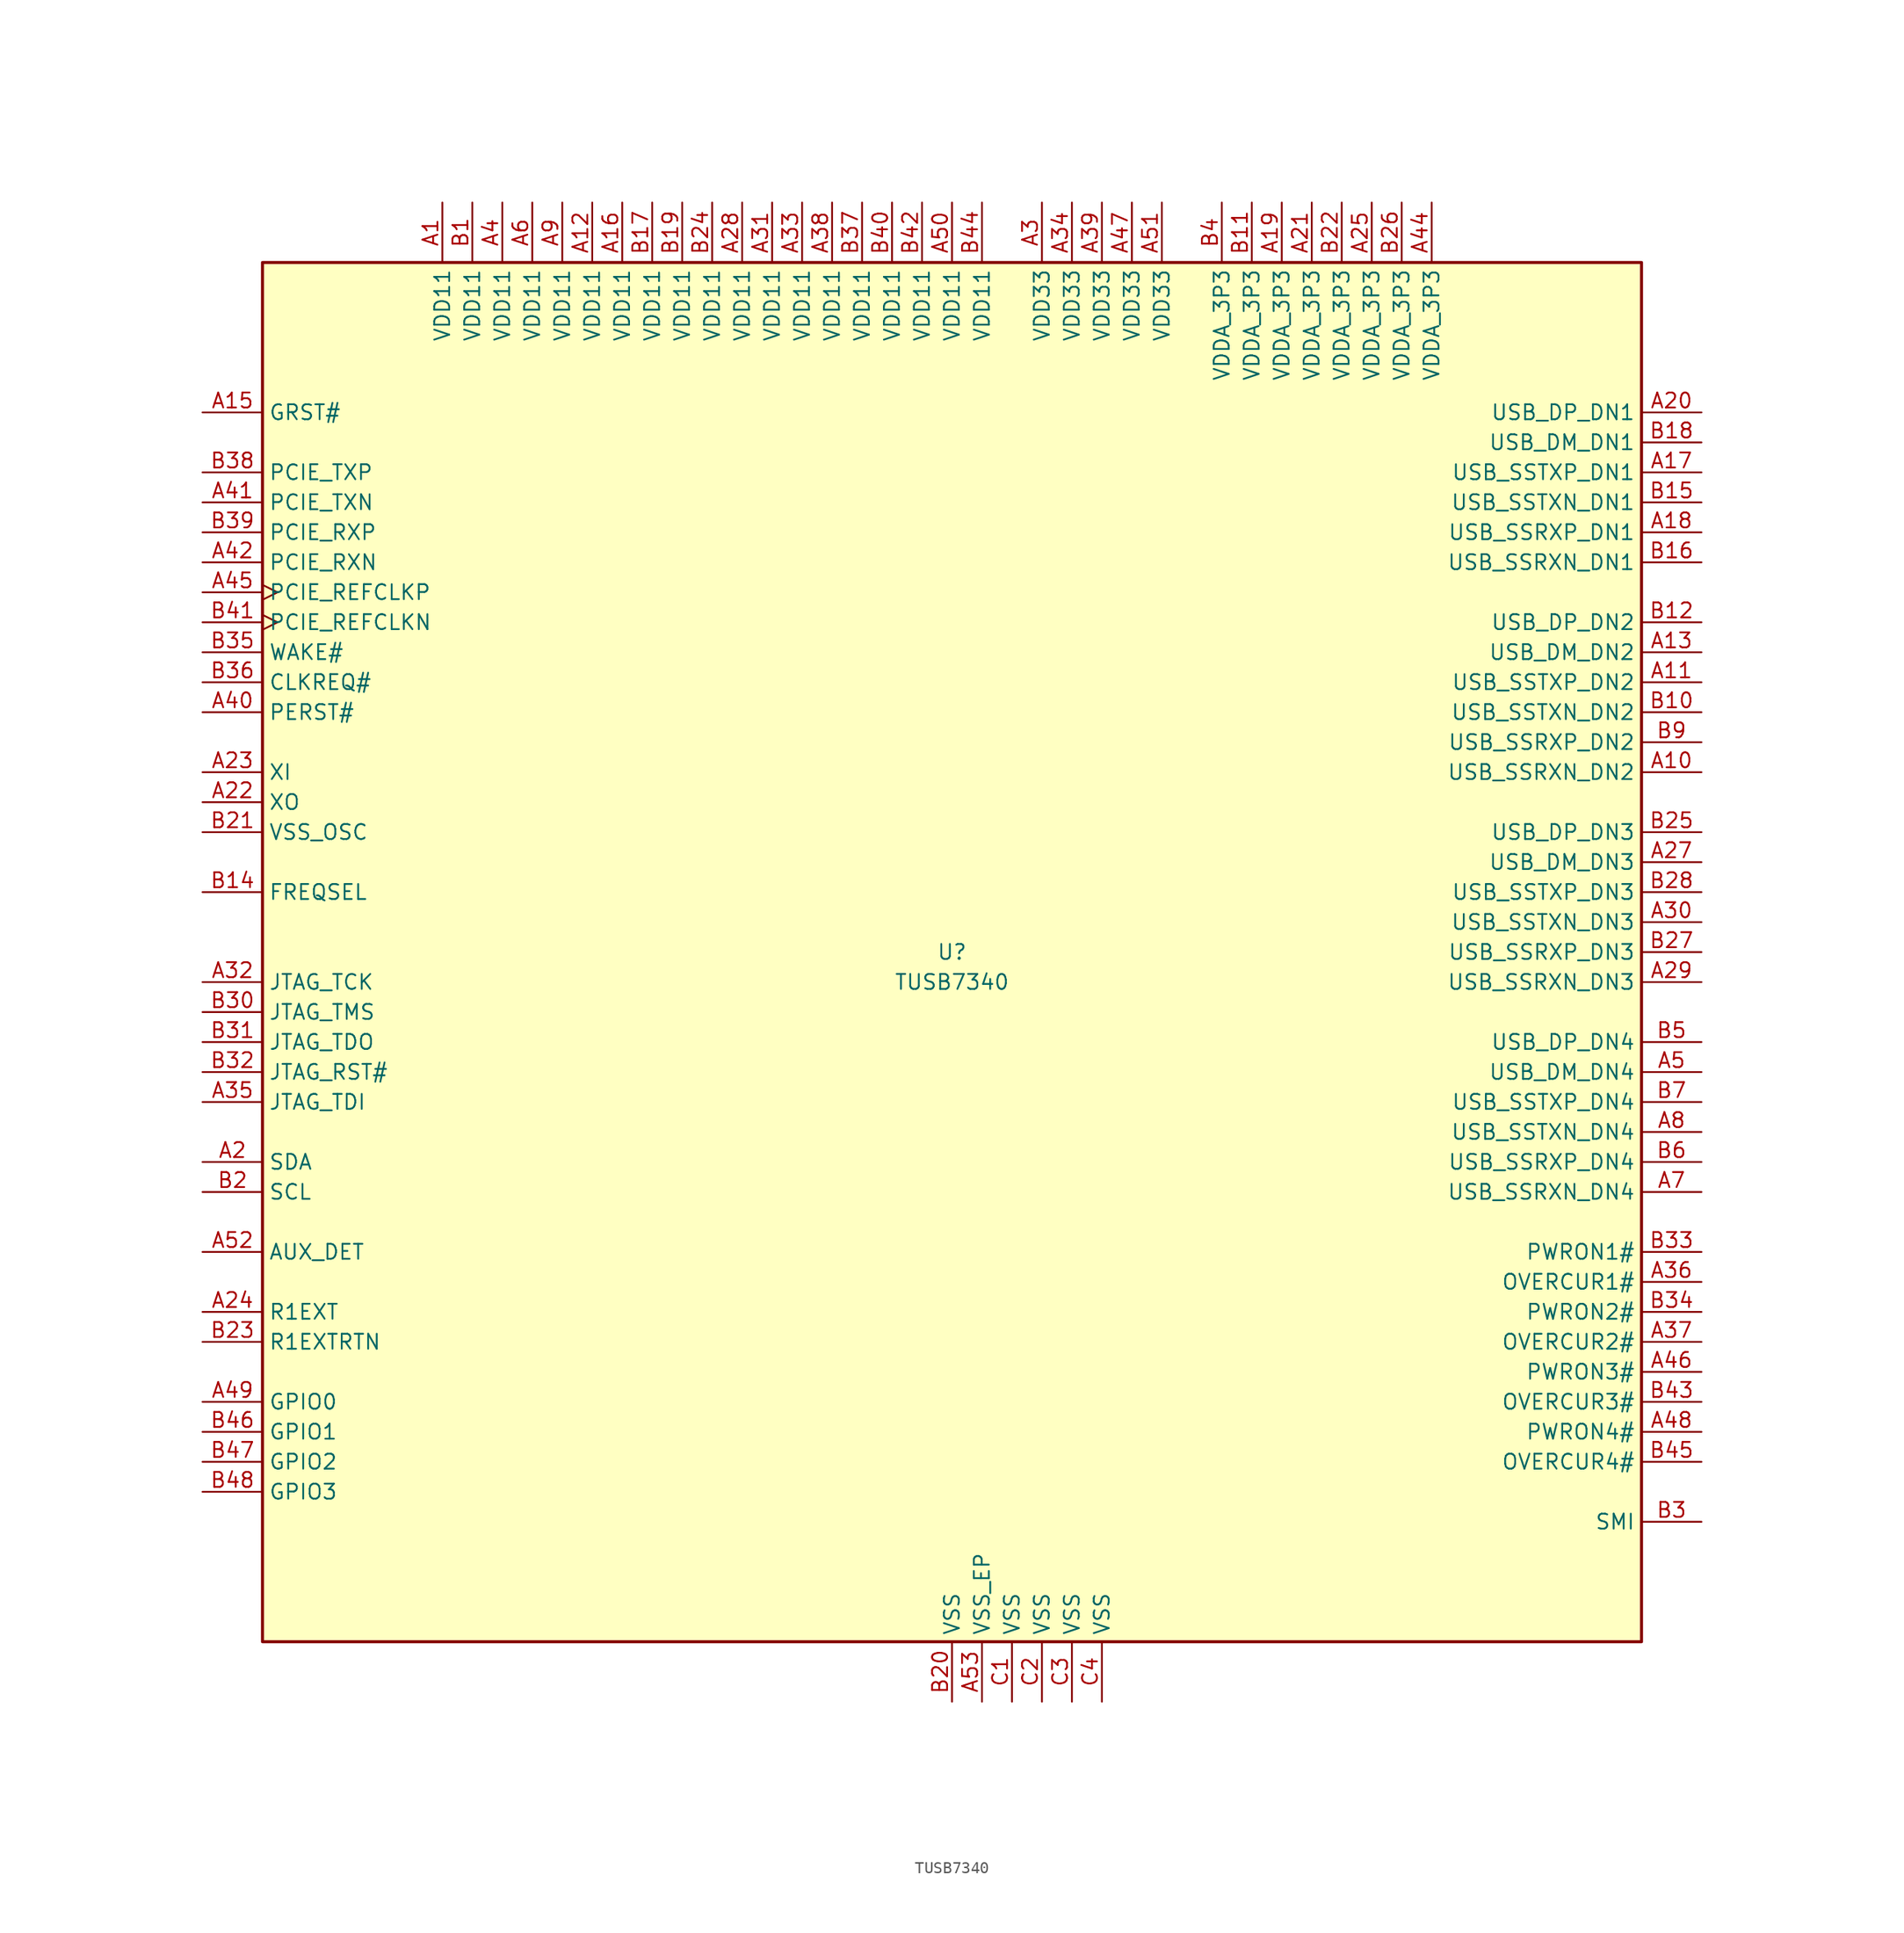
<source format=kicad_sym>
(kicad_symbol_lib
  (version 20241209)
  (generator "kicad_symbol_editor")
  (generator_version "9.0")
  (symbol "TUSB7340"
    (property "Reference" "U"
      (at 0 0 0)
      (effects (font (size 1.27 1.27))))
    (property "Value" "TUSB7340"
      (at 0 -2.54 0)
      (effects (font (size 1.27 1.27))))
    (symbol "TUSB7340_0_1"
      (rectangle (start 58.42 58.42) (end -58.42 -58.42) (stroke (width 0.254) (type default)) (fill (type background))))
    (symbol "TUSB7340_1_1"
      (pin input line (at -63.5 45.72 0) (length 5.08) (name "GRST#" (effects (font (size 1.27 1.27)))) (number "A15" (effects (font (size 1.27 1.27)))))
      (pin output line (at -63.5 40.64 0) (length 5.08) (name "PCIE_TXP" (effects (font (size 1.27 1.27)))) (number "B38" (effects (font (size 1.27 1.27)))))
      (pin output line (at -63.5 38.1 0) (length 5.08) (name "PCIE_TXN" (effects (font (size 1.27 1.27)))) (number "A41" (effects (font (size 1.27 1.27)))))
      (pin input line (at -63.5 35.56 0) (length 5.08) (name "PCIE_RXP" (effects (font (size 1.27 1.27)))) (number "B39" (effects (font (size 1.27 1.27)))))
      (pin input line (at -63.5 33.02 0) (length 5.08) (name "PCIE_RXN" (effects (font (size 1.27 1.27)))) (number "A42" (effects (font (size 1.27 1.27)))))
      (pin input clock (at -63.5 30.48 0) (length 5.08) (name "PCIE_REFCLKP" (effects (font (size 1.27 1.27)))) (number "A45" (effects (font (size 1.27 1.27)))))
      (pin input clock (at -63.5 27.94 0) (length 5.08) (name "PCIE_REFCLKN" (effects (font (size 1.27 1.27)))) (number "B41" (effects (font (size 1.27 1.27)))))
      (pin output line (at -63.5 25.4 0) (length 5.08) (name "WAKE#" (effects (font (size 1.27 1.27)))) (number "B35" (effects (font (size 1.27 1.27)))))
      (pin input line (at -63.5 22.86 0) (length 5.08) (name "CLKREQ#" (effects (font (size 1.27 1.27)))) (number "B36" (effects (font (size 1.27 1.27)))))
      (pin input line (at -63.5 20.32 0) (length 5.08) (name "PERST#" (effects (font (size 1.27 1.27)))) (number "A40" (effects (font (size 1.27 1.27)))))
      (pin input line (at -63.5 15.24 0) (length 5.08) (name "XI" (effects (font (size 1.27 1.27)))) (number "A23" (effects (font (size 1.27 1.27)))))
      (pin output line (at -63.5 12.7 0) (length 5.08) (name "XO" (effects (font (size 1.27 1.27)))) (number "A22" (effects (font (size 1.27 1.27)))))
      (pin input line (at -63.5 10.16 0) (length 5.08) (name "VSS_OSC" (effects (font (size 1.27 1.27)))) (number "B21" (effects (font (size 1.27 1.27)))))
      (pin input line (at -63.5 5.08 0) (length 5.08) (name "FREQSEL" (effects (font (size 1.27 1.27)))) (number "B14" (effects (font (size 1.27 1.27)))))
      (pin input line (at -63.5 -2.54 0) (length 5.08) (name "JTAG_TCK" (effects (font (size 1.27 1.27)))) (number "A32" (effects (font (size 1.27 1.27)))))
      (pin input line (at -63.5 -5.08 0) (length 5.08) (name "JTAG_TMS" (effects (font (size 1.27 1.27)))) (number "B30" (effects (font (size 1.27 1.27)))))
      (pin output line (at -63.5 -7.62 0) (length 5.08) (name "JTAG_TDO" (effects (font (size 1.27 1.27)))) (number "B31" (effects (font (size 1.27 1.27)))))
      (pin input line (at -63.5 -10.16 0) (length 5.08) (name "JTAG_RST#" (effects (font (size 1.27 1.27)))) (number "B32" (effects (font (size 1.27 1.27)))))
      (pin input line (at -63.5 -12.7 0) (length 5.08) (name "JTAG_TDI" (effects (font (size 1.27 1.27)))) (number "A35" (effects (font (size 1.27 1.27)))))
      (pin bidirectional line (at -63.5 -17.78 0) (length 5.08) (name "SDA" (effects (font (size 1.27 1.27)))) (number "A2" (effects (font (size 1.27 1.27)))))
      (pin bidirectional line (at -63.5 -20.32 0) (length 5.08) (name "SCL" (effects (font (size 1.27 1.27)))) (number "B2" (effects (font (size 1.27 1.27)))))
      (pin input line (at -63.5 -25.4 0) (length 5.08) (name "AUX_DET" (effects (font (size 1.27 1.27)))) (number "A52" (effects (font (size 1.27 1.27)))))
      (pin bidirectional line (at -63.5 -30.48 0) (length 5.08) (name "R1EXT" (effects (font (size 1.27 1.27)))) (number "A24" (effects (font (size 1.27 1.27)))))
      (pin bidirectional line (at -63.5 -33.02 0) (length 5.08) (name "R1EXTRTN" (effects (font (size 1.27 1.27)))) (number "B23" (effects (font (size 1.27 1.27)))))
      (pin bidirectional line (at -63.5 -38.1 0) (length 5.08) (name "GPIO0" (effects (font (size 1.27 1.27)))) (number "A49" (effects (font (size 1.27 1.27)))))
      (pin bidirectional line (at -63.5 -40.64 0) (length 5.08) (name "GPIO1" (effects (font (size 1.27 1.27)))) (number "B46" (effects (font (size 1.27 1.27)))))
      (pin bidirectional line (at -63.5 -43.18 0) (length 5.08) (name "GPIO2" (effects (font (size 1.27 1.27)))) (number "B47" (effects (font (size 1.27 1.27)))))
      (pin bidirectional line (at -63.5 -45.72 0) (length 5.08) (name "GPIO3" (effects (font (size 1.27 1.27)))) (number "B48" (effects (font (size 1.27 1.27)))))
      (pin power_in line (at -43.18 63.5 270) (length 5.08) (name "VDD11" (effects (font (size 1.27 1.27)))) (number "A1" (effects (font (size 1.27 1.27)))))
      (pin power_in line (at -40.64 63.5 270) (length 5.08) (name "VDD11" (effects (font (size 1.27 1.27)))) (number "B1" (effects (font (size 1.27 1.27)))))
      (pin power_in line (at -38.1 63.5 270) (length 5.08) (name "VDD11" (effects (font (size 1.27 1.27)))) (number "A4" (effects (font (size 1.27 1.27)))))
      (pin power_in line (at -35.56 63.5 270) (length 5.08) (name "VDD11" (effects (font (size 1.27 1.27)))) (number "A6" (effects (font (size 1.27 1.27)))))
      (pin power_in line (at -33.02 63.5 270) (length 5.08) (name "VDD11" (effects (font (size 1.27 1.27)))) (number "A9" (effects (font (size 1.27 1.27)))))
      (pin power_in line (at -30.48 63.5 270) (length 5.08) (name "VDD11" (effects (font (size 1.27 1.27)))) (number "A12" (effects (font (size 1.27 1.27)))))
      (pin power_in line (at -27.94 63.5 270) (length 5.08) (name "VDD11" (effects (font (size 1.27 1.27)))) (number "A16" (effects (font (size 1.27 1.27)))))
      (pin power_in line (at -25.4 63.5 270) (length 5.08) (name "VDD11" (effects (font (size 1.27 1.27)))) (number "B17" (effects (font (size 1.27 1.27)))))
      (pin power_in line (at -22.86 63.5 270) (length 5.08) (name "VDD11" (effects (font (size 1.27 1.27)))) (number "B19" (effects (font (size 1.27 1.27)))))
      (pin no_connect line (at -22.86 -58.42 90) (length 5.08) (hide yes) (name "NC" (effects (font (size 1.27 1.27)))) (number "B8" (effects (font (size 1.27 1.27)))))
      (pin power_in line (at -20.32 63.5 270) (length 5.08) (name "VDD11" (effects (font (size 1.27 1.27)))) (number "B24" (effects (font (size 1.27 1.27)))))
      (pin no_connect line (at -20.32 -58.42 90) (length 5.08) (hide yes) (name "NC" (effects (font (size 1.27 1.27)))) (number "B13" (effects (font (size 1.27 1.27)))))
      (pin power_in line (at -17.78 63.5 270) (length 5.08) (name "VDD11" (effects (font (size 1.27 1.27)))) (number "A28" (effects (font (size 1.27 1.27)))))
      (pin no_connect line (at -17.78 -58.42 90) (length 5.08) (hide yes) (name "NC" (effects (font (size 1.27 1.27)))) (number "A14" (effects (font (size 1.27 1.27)))))
      (pin power_in line (at -15.24 63.5 270) (length 5.08) (name "VDD11" (effects (font (size 1.27 1.27)))) (number "A31" (effects (font (size 1.27 1.27)))))
      (pin no_connect line (at -15.24 -58.42 90) (length 5.08) (hide yes) (name "NC" (effects (font (size 1.27 1.27)))) (number "A26" (effects (font (size 1.27 1.27)))))
      (pin power_in line (at -12.7 63.5 270) (length 5.08) (name "VDD11" (effects (font (size 1.27 1.27)))) (number "A33" (effects (font (size 1.27 1.27)))))
      (pin no_connect line (at -12.7 -58.42 90) (length 5.08) (hide yes) (name "NC" (effects (font (size 1.27 1.27)))) (number "B29" (effects (font (size 1.27 1.27)))))
      (pin power_in line (at -10.16 63.5 270) (length 5.08) (name "VDD11" (effects (font (size 1.27 1.27)))) (number "A38" (effects (font (size 1.27 1.27)))))
      (pin no_connect line (at -10.16 -58.42 90) (length 5.08) (hide yes) (name "NC" (effects (font (size 1.27 1.27)))) (number "A43" (effects (font (size 1.27 1.27)))))
      (pin power_in line (at -7.62 63.5 270) (length 5.08) (name "VDD11" (effects (font (size 1.27 1.27)))) (number "B37" (effects (font (size 1.27 1.27)))))
      (pin power_in line (at -5.08 63.5 270) (length 5.08) (name "VDD11" (effects (font (size 1.27 1.27)))) (number "B40" (effects (font (size 1.27 1.27)))))
      (pin power_in line (at -2.54 63.5 270) (length 5.08) (name "VDD11" (effects (font (size 1.27 1.27)))) (number "B42" (effects (font (size 1.27 1.27)))))
      (pin power_in line (at 0 63.5 270) (length 5.08) (name "VDD11" (effects (font (size 1.27 1.27)))) (number "A50" (effects (font (size 1.27 1.27)))))
      (pin power_in line (at 0 -63.5 90) (length 5.08) (name "VSS" (effects (font (size 1.27 1.27)))) (number "B20" (effects (font (size 1.27 1.27)))))
      (pin power_in line (at 2.54 63.5 270) (length 5.08) (name "VDD11" (effects (font (size 1.27 1.27)))) (number "B44" (effects (font (size 1.27 1.27)))))
      (pin power_in line (at 2.54 -63.5 90) (length 5.08) (name "VSS_EP" (effects (font (size 1.27 1.27)))) (number "A53" (effects (font (size 1.27 1.27)))))
      (pin power_in line (at 5.08 -63.5 90) (length 5.08) (name "VSS" (effects (font (size 1.27 1.27)))) (number "C1" (effects (font (size 1.27 1.27)))))
      (pin power_in line (at 7.62 63.5 270) (length 5.08) (name "VDD33" (effects (font (size 1.27 1.27)))) (number "A3" (effects (font (size 1.27 1.27)))))
      (pin power_in line (at 7.62 -63.5 90) (length 5.08) (name "VSS" (effects (font (size 1.27 1.27)))) (number "C2" (effects (font (size 1.27 1.27)))))
      (pin power_in line (at 10.16 63.5 270) (length 5.08) (name "VDD33" (effects (font (size 1.27 1.27)))) (number "A34" (effects (font (size 1.27 1.27)))))
      (pin power_in line (at 10.16 -63.5 90) (length 5.08) (name "VSS" (effects (font (size 1.27 1.27)))) (number "C3" (effects (font (size 1.27 1.27)))))
      (pin power_in line (at 12.7 63.5 270) (length 5.08) (name "VDD33" (effects (font (size 1.27 1.27)))) (number "A39" (effects (font (size 1.27 1.27)))))
      (pin power_in line (at 12.7 -63.5 90) (length 5.08) (name "VSS" (effects (font (size 1.27 1.27)))) (number "C4" (effects (font (size 1.27 1.27)))))
      (pin power_in line (at 15.24 63.5 270) (length 5.08) (name "VDD33" (effects (font (size 1.27 1.27)))) (number "A47" (effects (font (size 1.27 1.27)))))
      (pin power_in line (at 17.78 63.5 270) (length 5.08) (name "VDD33" (effects (font (size 1.27 1.27)))) (number "A51" (effects (font (size 1.27 1.27)))))
      (pin power_in line (at 22.86 63.5 270) (length 5.08) (name "VDDA_3P3" (effects (font (size 1.27 1.27)))) (number "B4" (effects (font (size 1.27 1.27)))))
      (pin power_in line (at 25.4 63.5 270) (length 5.08) (name "VDDA_3P3" (effects (font (size 1.27 1.27)))) (number "B11" (effects (font (size 1.27 1.27)))))
      (pin power_in line (at 27.94 63.5 270) (length 5.08) (name "VDDA_3P3" (effects (font (size 1.27 1.27)))) (number "A19" (effects (font (size 1.27 1.27)))))
      (pin power_in line (at 30.48 63.5 270) (length 5.08) (name "VDDA_3P3" (effects (font (size 1.27 1.27)))) (number "A21" (effects (font (size 1.27 1.27)))))
      (pin power_in line (at 33.02 63.5 270) (length 5.08) (name "VDDA_3P3" (effects (font (size 1.27 1.27)))) (number "B22" (effects (font (size 1.27 1.27)))))
      (pin power_in line (at 35.56 63.5 270) (length 5.08) (name "VDDA_3P3" (effects (font (size 1.27 1.27)))) (number "A25" (effects (font (size 1.27 1.27)))))
      (pin power_in line (at 38.1 63.5 270) (length 5.08) (name "VDDA_3P3" (effects (font (size 1.27 1.27)))) (number "B26" (effects (font (size 1.27 1.27)))))
      (pin power_in line (at 40.64 63.5 270) (length 5.08) (name "VDDA_3P3" (effects (font (size 1.27 1.27)))) (number "A44" (effects (font (size 1.27 1.27)))))
      (pin bidirectional line (at 63.5 45.72 180) (length 5.08) (name "USB_DP_DN1" (effects (font (size 1.27 1.27)))) (number "A20" (effects (font (size 1.27 1.27)))))
      (pin bidirectional line (at 63.5 43.18 180) (length 5.08) (name "USB_DM_DN1" (effects (font (size 1.27 1.27)))) (number "B18" (effects (font (size 1.27 1.27)))))
      (pin output line (at 63.5 40.64 180) (length 5.08) (name "USB_SSTXP_DN1" (effects (font (size 1.27 1.27)))) (number "A17" (effects (font (size 1.27 1.27)))))
      (pin output line (at 63.5 38.1 180) (length 5.08) (name "USB_SSTXN_DN1" (effects (font (size 1.27 1.27)))) (number "B15" (effects (font (size 1.27 1.27)))))
      (pin input line (at 63.5 35.56 180) (length 5.08) (name "USB_SSRXP_DN1" (effects (font (size 1.27 1.27)))) (number "A18" (effects (font (size 1.27 1.27)))))
      (pin input line (at 63.5 33.02 180) (length 5.08) (name "USB_SSRXN_DN1" (effects (font (size 1.27 1.27)))) (number "B16" (effects (font (size 1.27 1.27)))))
      (pin bidirectional line (at 63.5 27.94 180) (length 5.08) (name "USB_DP_DN2" (effects (font (size 1.27 1.27)))) (number "B12" (effects (font (size 1.27 1.27)))))
      (pin bidirectional line (at 63.5 25.4 180) (length 5.08) (name "USB_DM_DN2" (effects (font (size 1.27 1.27)))) (number "A13" (effects (font (size 1.27 1.27)))))
      (pin output line (at 63.5 22.86 180) (length 5.08) (name "USB_SSTXP_DN2" (effects (font (size 1.27 1.27)))) (number "A11" (effects (font (size 1.27 1.27)))))
      (pin output line (at 63.5 20.32 180) (length 5.08) (name "USB_SSTXN_DN2" (effects (font (size 1.27 1.27)))) (number "B10" (effects (font (size 1.27 1.27)))))
      (pin input line (at 63.5 17.78 180) (length 5.08) (name "USB_SSRXP_DN2" (effects (font (size 1.27 1.27)))) (number "B9" (effects (font (size 1.27 1.27)))))
      (pin input line (at 63.5 15.24 180) (length 5.08) (name "USB_SSRXN_DN2" (effects (font (size 1.27 1.27)))) (number "A10" (effects (font (size 1.27 1.27)))))
      (pin bidirectional line (at 63.5 10.16 180) (length 5.08) (name "USB_DP_DN3" (effects (font (size 1.27 1.27)))) (number "B25" (effects (font (size 1.27 1.27)))))
      (pin bidirectional line (at 63.5 7.62 180) (length 5.08) (name "USB_DM_DN3" (effects (font (size 1.27 1.27)))) (number "A27" (effects (font (size 1.27 1.27)))))
      (pin output line (at 63.5 5.08 180) (length 5.08) (name "USB_SSTXP_DN3" (effects (font (size 1.27 1.27)))) (number "B28" (effects (font (size 1.27 1.27)))))
      (pin output line (at 63.5 2.54 180) (length 5.08) (name "USB_SSTXN_DN3" (effects (font (size 1.27 1.27)))) (number "A30" (effects (font (size 1.27 1.27)))))
      (pin input line (at 63.5 0 180) (length 5.08) (name "USB_SSRXP_DN3" (effects (font (size 1.27 1.27)))) (number "B27" (effects (font (size 1.27 1.27)))))
      (pin input line (at 63.5 -2.54 180) (length 5.08) (name "USB_SSRXN_DN3" (effects (font (size 1.27 1.27)))) (number "A29" (effects (font (size 1.27 1.27)))))
      (pin bidirectional line (at 63.5 -7.62 180) (length 5.08) (name "USB_DP_DN4" (effects (font (size 1.27 1.27)))) (number "B5" (effects (font (size 1.27 1.27)))))
      (pin bidirectional line (at 63.5 -10.16 180) (length 5.08) (name "USB_DM_DN4" (effects (font (size 1.27 1.27)))) (number "A5" (effects (font (size 1.27 1.27)))))
      (pin input line (at 63.5 -12.7 180) (length 5.08) (name "USB_SSTXP_DN4" (effects (font (size 1.27 1.27)))) (number "B7" (effects (font (size 1.27 1.27)))))
      (pin input line (at 63.5 -15.24 180) (length 5.08) (name "USB_SSTXN_DN4" (effects (font (size 1.27 1.27)))) (number "A8" (effects (font (size 1.27 1.27)))))
      (pin input line (at 63.5 -17.78 180) (length 5.08) (name "USB_SSRXP_DN4" (effects (font (size 1.27 1.27)))) (number "B6" (effects (font (size 1.27 1.27)))))
      (pin input line (at 63.5 -20.32 180) (length 5.08) (name "USB_SSRXN_DN4" (effects (font (size 1.27 1.27)))) (number "A7" (effects (font (size 1.27 1.27)))))
      (pin output line (at 63.5 -25.4 180) (length 5.08) (name "PWRON1#" (effects (font (size 1.27 1.27)))) (number "B33" (effects (font (size 1.27 1.27)))))
      (pin input line (at 63.5 -27.94 180) (length 5.08) (name "OVERCUR1#" (effects (font (size 1.27 1.27)))) (number "A36" (effects (font (size 1.27 1.27)))))
      (pin output line (at 63.5 -30.48 180) (length 5.08) (name "PWRON2#" (effects (font (size 1.27 1.27)))) (number "B34" (effects (font (size 1.27 1.27)))))
      (pin input line (at 63.5 -33.02 180) (length 5.08) (name "OVERCUR2#" (effects (font (size 1.27 1.27)))) (number "A37" (effects (font (size 1.27 1.27)))))
      (pin output line (at 63.5 -35.56 180) (length 5.08) (name "PWRON3#" (effects (font (size 1.27 1.27)))) (number "A46" (effects (font (size 1.27 1.27)))))
      (pin input line (at 63.5 -38.1 180) (length 5.08) (name "OVERCUR3#" (effects (font (size 1.27 1.27)))) (number "B43" (effects (font (size 1.27 1.27)))))
      (pin output line (at 63.5 -40.64 180) (length 5.08) (name "PWRON4#" (effects (font (size 1.27 1.27)))) (number "A48" (effects (font (size 1.27 1.27)))))
      (pin input line (at 63.5 -43.18 180) (length 5.08) (name "OVERCUR4#" (effects (font (size 1.27 1.27)))) (number "B45" (effects (font (size 1.27 1.27)))))
      (pin output line (at 63.5 -48.26 180) (length 5.08) (name "SMI" (effects (font (size 1.27 1.27)))) (number "B3" (effects (font (size 1.27 1.27))))))))
</source>
